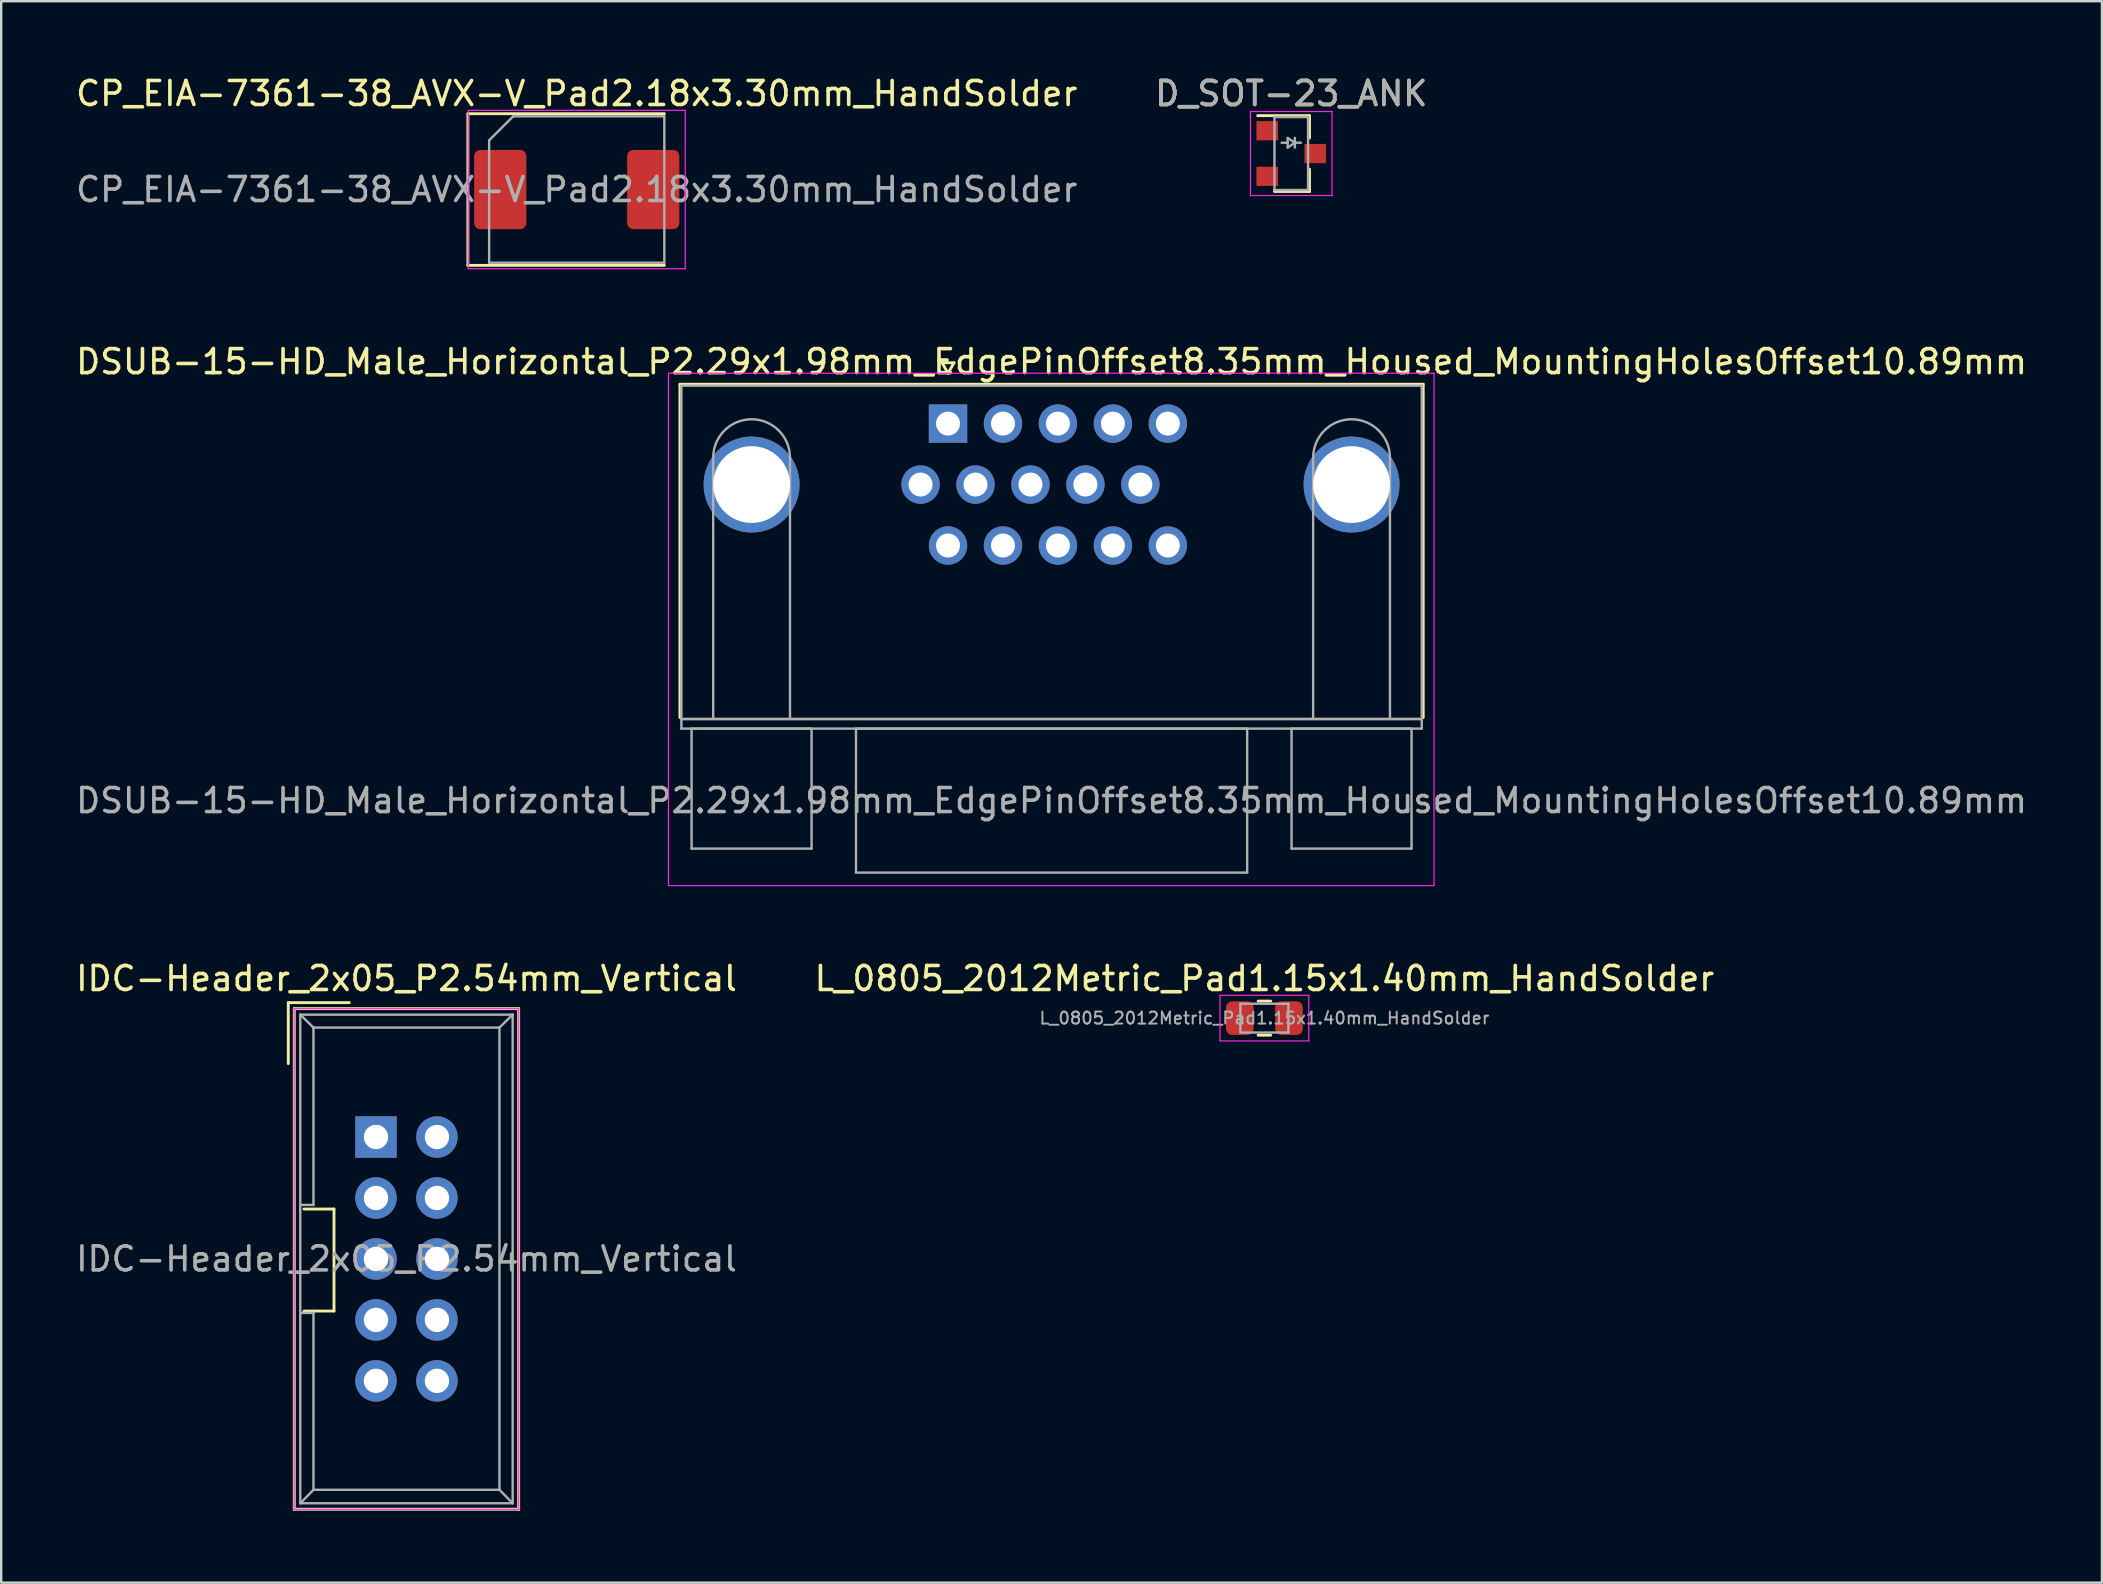
<source format=kicad_pcb>
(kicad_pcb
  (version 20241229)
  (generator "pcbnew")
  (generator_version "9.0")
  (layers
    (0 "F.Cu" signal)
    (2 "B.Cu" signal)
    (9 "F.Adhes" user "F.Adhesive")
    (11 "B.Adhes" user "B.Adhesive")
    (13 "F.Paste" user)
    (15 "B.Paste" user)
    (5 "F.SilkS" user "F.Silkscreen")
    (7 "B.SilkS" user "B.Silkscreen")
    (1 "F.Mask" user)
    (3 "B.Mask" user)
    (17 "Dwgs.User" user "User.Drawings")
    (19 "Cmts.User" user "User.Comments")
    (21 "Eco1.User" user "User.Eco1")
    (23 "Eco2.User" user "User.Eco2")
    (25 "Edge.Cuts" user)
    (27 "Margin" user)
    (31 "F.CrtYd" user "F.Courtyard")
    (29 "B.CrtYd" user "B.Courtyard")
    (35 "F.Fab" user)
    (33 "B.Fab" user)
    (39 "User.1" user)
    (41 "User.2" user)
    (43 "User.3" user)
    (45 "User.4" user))
  (footprint "L_0805_2012Metric_Pad1.15x1.40mm_HandSolder"
    (layer "F.Cu")
    (at 49.637 39.375)
    (property "Reference" "L_0805_2012Metric_Pad1.15x1.40mm_HandSolder" (at 0 -1.65 0) (layer "F.SilkS") (effects (font (size 1 1) (thickness 0.15))))
    (attr smd)
    (fp_line (start -0.261 -0.71) (end 0.261 -0.71) (stroke (width 0.12) (type solid)) (layer "F.SilkS"))
    (fp_line (start -0.261 0.71) (end 0.261 0.71) (stroke (width 0.12) (type solid)) (layer "F.SilkS"))
    (fp_line (start -1.85 -0.95) (end 1.85 -0.95) (stroke (width 0.05) (type solid)) (layer "F.CrtYd"))
    (fp_line (start -1.85 0.95) (end -1.85 -0.95) (stroke (width 0.05) (type solid)) (layer "F.CrtYd"))
    (fp_line (start 1.85 -0.95) (end 1.85 0.95) (stroke (width 0.05) (type solid)) (layer "F.CrtYd"))
    (fp_line (start 1.85 0.95) (end -1.85 0.95) (stroke (width 0.05) (type solid)) (layer "F.CrtYd"))
    (fp_line (start -1 -0.6) (end 1 -0.6) (stroke (width 0.1) (type solid)) (layer "F.Fab"))
    (fp_line (start -1 0.6) (end -1 -0.6) (stroke (width 0.1) (type solid)) (layer "F.Fab"))
    (fp_line (start 1 -0.6) (end 1 0.6) (stroke (width 0.1) (type solid)) (layer "F.Fab"))
    (fp_line (start 1 0.6) (end -1 0.6) (stroke (width 0.1) (type solid)) (layer "F.Fab"))
    (fp_text user "${REFERENCE}" (at 0 0 0) (layer "F.Fab") (effects (font (size 0.5 0.5) (thickness 0.08))))
    (pad "1" smd roundrect (at -1.025 0) (size 1.15 1.4) (layers "F.Cu" "F.Mask" "F.Paste") (roundrect_rratio 0.217))
    (pad "2" smd roundrect (at 1.025 0) (size 1.15 1.4) (layers "F.Cu" "F.Mask" "F.Paste") (roundrect_rratio 0.217)))
  (footprint "IDC-Header_2x05_P2.54mm_Vertical"
    (layer "F.Cu")
    (at 12.617 44.329)
    (property "Reference" "IDC-Header_2x05_P2.54mm_Vertical" (at 1.27 -6.604 0) (layer "F.SilkS") (effects (font (size 1 1) (thickness 0.15))))
    (attr through_hole)
    (fp_line (start -3.655 -5.6) (end -3.655 -3.06) (stroke (width 0.12) (type solid)) (layer "F.SilkS"))
    (fp_line (start -3.655 -5.6) (end -1.115 -5.6) (stroke (width 0.12) (type solid)) (layer "F.SilkS"))
    (fp_line (start -3.405 -5.35) (end 5.945 -5.35) (stroke (width 0.12) (type solid)) (layer "F.SilkS"))
    (fp_line (start -3.405 15.51) (end -3.405 -5.35) (stroke (width 0.12) (type solid)) (layer "F.SilkS"))
    (fp_line (start -3 3) (end -1.75 3) (stroke (width 0.12) (type solid)) (layer "F.SilkS"))
    (fp_line (start -1.75 3) (end -1.75 7.25) (stroke (width 0.12) (type solid)) (layer "F.SilkS"))
    (fp_line (start -1.75 7.25) (end -3 7.25) (stroke (width 0.12) (type solid)) (layer "F.SilkS"))
    (fp_line (start 5.945 -5.35) (end 5.945 15.51) (stroke (width 0.12) (type solid)) (layer "F.SilkS"))
    (fp_line (start 5.945 15.51) (end -3.405 15.51) (stroke (width 0.12) (type solid)) (layer "F.SilkS"))
    (fp_line (start -3.41 -5.35) (end 5.95 -5.35) (stroke (width 0.05) (type solid)) (layer "F.CrtYd"))
    (fp_line (start -3.41 15.51) (end -3.41 -5.35) (stroke (width 0.05) (type solid)) (layer "F.CrtYd"))
    (fp_line (start 5.95 -5.35) (end 5.95 15.51) (stroke (width 0.05) (type solid)) (layer "F.CrtYd"))
    (fp_line (start 5.95 15.51) (end -3.41 15.51) (stroke (width 0.05) (type solid)) (layer "F.CrtYd"))
    (fp_line (start -3.155 -5.1) (end -3.155 15.26) (stroke (width 0.1) (type solid)) (layer "F.Fab"))
    (fp_line (start -3.155 -5.1) (end -2.605 -4.56) (stroke (width 0.1) (type solid)) (layer "F.Fab"))
    (fp_line (start -3.155 15.26) (end -2.605 14.7) (stroke (width 0.1) (type solid)) (layer "F.Fab"))
    (fp_line (start -2.605 -4.56) (end -2.605 2.83) (stroke (width 0.1) (type solid)) (layer "F.Fab"))
    (fp_line (start -2.605 2.83) (end -3.155 2.83) (stroke (width 0.1) (type solid)) (layer "F.Fab"))
    (fp_line (start -2.605 7.33) (end -3.155 7.33) (stroke (width 0.1) (type solid)) (layer "F.Fab"))
    (fp_line (start -2.605 7.33) (end -2.605 14.7) (stroke (width 0.1) (type solid)) (layer "F.Fab"))
    (fp_line (start 5.145 -4.56) (end -2.605 -4.56) (stroke (width 0.1) (type solid)) (layer "F.Fab"))
    (fp_line (start 5.145 -4.56) (end 5.145 14.7) (stroke (width 0.1) (type solid)) (layer "F.Fab"))
    (fp_line (start 5.145 14.7) (end -2.605 14.7) (stroke (width 0.1) (type solid)) (layer "F.Fab"))
    (fp_line (start 5.695 -5.1) (end -3.155 -5.1) (stroke (width 0.1) (type solid)) (layer "F.Fab"))
    (fp_line (start 5.695 -5.1) (end 5.145 -4.56) (stroke (width 0.1) (type solid)) (layer "F.Fab"))
    (fp_line (start 5.695 -5.1) (end 5.695 15.26) (stroke (width 0.1) (type solid)) (layer "F.Fab"))
    (fp_line (start 5.695 15.26) (end -3.155 15.26) (stroke (width 0.1) (type solid)) (layer "F.Fab"))
    (fp_line (start 5.695 15.26) (end 5.145 14.7) (stroke (width 0.1) (type solid)) (layer "F.Fab"))
    (fp_text user "${REFERENCE}" (at 1.27 5.08 0) (layer "F.Fab") (effects (font (size 1 1) (thickness 0.15))))
    (pad "1" thru_hole rect (at 0 0) (size 1.727 1.727) (drill 1.016) (layers "*.Cu" "*.Mask"))
    (pad "2" thru_hole oval (at 2.54 0) (size 1.727 1.727) (drill 1.016) (layers "*.Cu" "*.Mask"))
    (pad "3" thru_hole oval (at 0 2.54) (size 1.727 1.727) (drill 1.016) (layers "*.Cu" "*.Mask"))
    (pad "4" thru_hole oval (at 2.54 2.54) (size 1.727 1.727) (drill 1.016) (layers "*.Cu" "*.Mask"))
    (pad "5" thru_hole oval (at 0 5.08) (size 1.727 1.727) (drill 1.016) (layers "*.Cu" "*.Mask"))
    (pad "6" thru_hole oval (at 2.54 5.08) (size 1.727 1.727) (drill 1.016) (layers "*.Cu" "*.Mask"))
    (pad "7" thru_hole oval (at 0 7.62) (size 1.727 1.727) (drill 1.016) (layers "*.Cu" "*.Mask"))
    (pad "8" thru_hole oval (at 2.54 7.62) (size 1.727 1.727) (drill 1.016) (layers "*.Cu" "*.Mask"))
    (pad "9" thru_hole oval (at 0 10.16) (size 1.727 1.727) (drill 1.016) (layers "*.Cu" "*.Mask"))
    (pad "10" thru_hole oval (at 2.54 10.16) (size 1.727 1.727) (drill 1.016) (layers "*.Cu" "*.Mask")))
  (footprint "DSUB-15-HD_Male_Horizontal_P2.29x1.98mm_EdgePinOffset8.35mm_Housed_MountingHolesOffset10.89mm"
    (layer "F.Cu")
    (at 36.453 14.601)
    (property "Reference" "DSUB-15-HD_Male_Horizontal_P2.29x1.98mm_EdgePinOffset8.35mm_Housed_MountingHolesOffset10.89mm" (at 4.315 -2.58 0) (layer "F.SilkS") (effects (font (size 1 1) (thickness 0.15))))
    (attr through_hole)
    (fp_line (start -11.17 -1.64) (end 19.8 -1.64) (stroke (width 0.12) (type solid)) (layer "F.SilkS"))
    (fp_line (start -11.17 12.25) (end -11.17 -1.64) (stroke (width 0.12) (type solid)) (layer "F.SilkS"))
    (fp_line (start -0.25 -2.534) (end 0.25 -2.534) (stroke (width 0.12) (type solid)) (layer "F.SilkS"))
    (fp_line (start 0 -2.101) (end -0.25 -2.534) (stroke (width 0.12) (type solid)) (layer "F.SilkS"))
    (fp_line (start 0.25 -2.534) (end 0 -2.101) (stroke (width 0.12) (type solid)) (layer "F.SilkS"))
    (fp_line (start 19.8 -1.64) (end 19.8 12.25) (stroke (width 0.12) (type solid)) (layer "F.SilkS"))
    (fp_line (start -11.65 -2.1) (end -11.65 19.25) (stroke (width 0.05) (type solid)) (layer "F.CrtYd"))
    (fp_line (start -11.65 19.25) (end 20.25 19.25) (stroke (width 0.05) (type solid)) (layer "F.CrtYd"))
    (fp_line (start 20.25 -2.1) (end -11.65 -2.1) (stroke (width 0.05) (type solid)) (layer "F.CrtYd"))
    (fp_line (start 20.25 19.25) (end 20.25 -2.1) (stroke (width 0.05) (type solid)) (layer "F.CrtYd"))
    (fp_line (start -11.11 -1.58) (end -11.11 12.31) (stroke (width 0.1) (type solid)) (layer "F.Fab"))
    (fp_line (start -11.11 12.31) (end -11.11 12.71) (stroke (width 0.1) (type solid)) (layer "F.Fab"))
    (fp_line (start -11.11 12.31) (end 19.74 12.31) (stroke (width 0.1) (type solid)) (layer "F.Fab"))
    (fp_line (start -11.11 12.71) (end 19.74 12.71) (stroke (width 0.1) (type solid)) (layer "F.Fab"))
    (fp_line (start -10.685 12.71) (end -10.685 17.71) (stroke (width 0.1) (type solid)) (layer "F.Fab"))
    (fp_line (start -10.685 17.71) (end -5.685 17.71) (stroke (width 0.1) (type solid)) (layer "F.Fab"))
    (fp_line (start -9.785 12.31) (end -9.785 1.42) (stroke (width 0.1) (type solid)) (layer "F.Fab"))
    (fp_line (start -6.585 12.31) (end -6.585 1.42) (stroke (width 0.1) (type solid)) (layer "F.Fab"))
    (fp_line (start -5.685 12.71) (end -10.685 12.71) (stroke (width 0.1) (type solid)) (layer "F.Fab"))
    (fp_line (start -5.685 17.71) (end -5.685 12.71) (stroke (width 0.1) (type solid)) (layer "F.Fab"))
    (fp_line (start -3.835 12.71) (end -3.835 18.71) (stroke (width 0.1) (type solid)) (layer "F.Fab"))
    (fp_line (start -3.835 18.71) (end 12.465 18.71) (stroke (width 0.1) (type solid)) (layer "F.Fab"))
    (fp_line (start 12.465 12.71) (end -3.835 12.71) (stroke (width 0.1) (type solid)) (layer "F.Fab"))
    (fp_line (start 12.465 18.71) (end 12.465 12.71) (stroke (width 0.1) (type solid)) (layer "F.Fab"))
    (fp_line (start 14.315 12.71) (end 14.315 17.71) (stroke (width 0.1) (type solid)) (layer "F.Fab"))
    (fp_line (start 14.315 17.71) (end 19.315 17.71) (stroke (width 0.1) (type solid)) (layer "F.Fab"))
    (fp_line (start 15.215 12.31) (end 15.215 1.42) (stroke (width 0.1) (type solid)) (layer "F.Fab"))
    (fp_line (start 18.415 12.31) (end 18.415 1.42) (stroke (width 0.1) (type solid)) (layer "F.Fab"))
    (fp_line (start 19.315 12.71) (end 14.315 12.71) (stroke (width 0.1) (type solid)) (layer "F.Fab"))
    (fp_line (start 19.315 17.71) (end 19.315 12.71) (stroke (width 0.1) (type solid)) (layer "F.Fab"))
    (fp_line (start 19.74 -1.58) (end -11.11 -1.58) (stroke (width 0.1) (type solid)) (layer "F.Fab"))
    (fp_line (start 19.74 12.31) (end -11.11 12.31) (stroke (width 0.1) (type solid)) (layer "F.Fab"))
    (fp_line (start 19.74 12.31) (end 19.74 -1.58) (stroke (width 0.1) (type solid)) (layer "F.Fab"))
    (fp_line (start 19.74 12.71) (end 19.74 12.31) (stroke (width 0.1) (type solid)) (layer "F.Fab"))
    (fp_arc (start -9.785 1.42) (mid -8.185 -0.18) (end -6.585 1.42) (stroke (width 0.1) (type solid)) (layer "F.Fab"))
    (fp_arc (start 15.215 1.42) (mid 16.815 -0.18) (end 18.415 1.42) (stroke (width 0.1) (type solid)) (layer "F.Fab"))
    (fp_text user "${REFERENCE}" (at 4.315 15.71 0) (layer "F.Fab") (effects (font (size 1 1) (thickness 0.15))))
    (pad "0" thru_hole circle (at -8.185 2.54) (size 4 4) (drill 3.2) (layers "*.Cu" "*.Mask"))
    (pad "0" thru_hole circle (at 16.815 2.54) (size 4 4) (drill 3.2) (layers "*.Cu" "*.Mask"))
    (pad "1" thru_hole rect (at 0 0) (size 1.6 1.6) (drill 1) (layers "*.Cu" "*.Mask"))
    (pad "2" thru_hole circle (at 2.29 0) (size 1.6 1.6) (drill 1) (layers "*.Cu" "*.Mask"))
    (pad "3" thru_hole circle (at 4.58 0) (size 1.6 1.6) (drill 1) (layers "*.Cu" "*.Mask"))
    (pad "4" thru_hole circle (at 6.87 0) (size 1.6 1.6) (drill 1) (layers "*.Cu" "*.Mask"))
    (pad "5" thru_hole circle (at 9.16 0) (size 1.6 1.6) (drill 1) (layers "*.Cu" "*.Mask"))
    (pad "6" thru_hole circle (at -1.145 2.54) (size 1.6 1.6) (drill 1) (layers "*.Cu" "*.Mask"))
    (pad "7" thru_hole circle (at 1.145 2.54) (size 1.6 1.6) (drill 1) (layers "*.Cu" "*.Mask"))
    (pad "8" thru_hole circle (at 3.435 2.54) (size 1.6 1.6) (drill 1) (layers "*.Cu" "*.Mask"))
    (pad "9" thru_hole circle (at 5.725 2.54) (size 1.6 1.6) (drill 1) (layers "*.Cu" "*.Mask"))
    (pad "10" thru_hole circle (at 8.015 2.54) (size 1.6 1.6) (drill 1) (layers "*.Cu" "*.Mask"))
    (pad "11" thru_hole circle (at 0 5.08) (size 1.6 1.6) (drill 1) (layers "*.Cu" "*.Mask"))
    (pad "12" thru_hole circle (at 2.29 5.08) (size 1.6 1.6) (drill 1) (layers "*.Cu" "*.Mask"))
    (pad "13" thru_hole circle (at 4.58 5.08) (size 1.6 1.6) (drill 1) (layers "*.Cu" "*.Mask"))
    (pad "14" thru_hole circle (at 6.87 5.08) (size 1.6 1.6) (drill 1) (layers "*.Cu" "*.Mask"))
    (pad "15" thru_hole circle (at 9.16 5.08) (size 1.6 1.6) (drill 1) (layers "*.Cu" "*.Mask")))
  (footprint "CP_EIA-7361-38_AVX-V_Pad2.18x3.30mm_HandSolder"
    (layer "F.Cu")
    (at 20.982 4.848)
    (property "Reference" "CP_EIA-7361-38_AVX-V_Pad2.18x3.30mm_HandSolder" (at 0 -4 0) (layer "F.SilkS") (effects (font (size 1 1) (thickness 0.15))))
    (attr smd)
    (fp_line (start -4.535 -3.16) (end -4.535 3.16) (stroke (width 0.12) (type solid)) (layer "F.SilkS"))
    (fp_line (start -4.535 3.16) (end 3.65 3.16) (stroke (width 0.12) (type solid)) (layer "F.SilkS"))
    (fp_line (start 3.65 -3.16) (end -4.535 -3.16) (stroke (width 0.12) (type solid)) (layer "F.SilkS"))
    (fp_line (start -4.52 -3.3) (end 4.52 -3.3) (stroke (width 0.05) (type solid)) (layer "F.CrtYd"))
    (fp_line (start -4.52 3.3) (end -4.52 -3.3) (stroke (width 0.05) (type solid)) (layer "F.CrtYd"))
    (fp_line (start 4.52 -3.3) (end 4.52 3.3) (stroke (width 0.05) (type solid)) (layer "F.CrtYd"))
    (fp_line (start 4.52 3.3) (end -4.52 3.3) (stroke (width 0.05) (type solid)) (layer "F.CrtYd"))
    (fp_line (start -3.65 -2.05) (end -3.65 3.05) (stroke (width 0.1) (type solid)) (layer "F.Fab"))
    (fp_line (start -3.65 3.05) (end 3.65 3.05) (stroke (width 0.1) (type solid)) (layer "F.Fab"))
    (fp_line (start -2.65 -3.05) (end -3.65 -2.05) (stroke (width 0.1) (type solid)) (layer "F.Fab"))
    (fp_line (start 3.65 -3.05) (end -2.65 -3.05) (stroke (width 0.1) (type solid)) (layer "F.Fab"))
    (fp_line (start 3.65 3.05) (end 3.65 -3.05) (stroke (width 0.1) (type solid)) (layer "F.Fab"))
    (fp_text user "${REFERENCE}" (at 0 0 0) (layer "F.Fab") (effects (font (size 1 1) (thickness 0.15))))
    (pad "1" smd roundrect (at -3.188 0) (size 2.175 3.3) (layers "F.Cu" "F.Mask" "F.Paste") (roundrect_rratio 0.115))
    (pad "2" smd roundrect (at 3.188 0) (size 2.175 3.3) (layers "F.Cu" "F.Mask" "F.Paste") (roundrect_rratio 0.115)))
  (footprint "D_SOT-23_ANK"
    (layer "F.Cu")
    (at 50.756 3.348)
    (property "Reference" "D_SOT-23_ANK" (at 0 -2.5 0) (layer "F.SilkS") (effects (font (size 1 1) (thickness 0.15))))
    (attr smd)
    (fp_line (start 0.76 -1.58) (end -1.4 -1.58) (stroke (width 0.12) (type solid)) (layer "F.SilkS"))
    (fp_line (start 0.76 -1.58) (end 0.76 -0.65) (stroke (width 0.12) (type solid)) (layer "F.SilkS"))
    (fp_line (start 0.76 1.58) (end -0.7 1.58) (stroke (width 0.12) (type solid)) (layer "F.SilkS"))
    (fp_line (start 0.76 1.58) (end 0.76 0.65) (stroke (width 0.12) (type solid)) (layer "F.SilkS"))
    (fp_line (start -1.7 -1.75) (end 1.7 -1.75) (stroke (width 0.05) (type solid)) (layer "F.CrtYd"))
    (fp_line (start -1.7 1.75) (end -1.7 -1.75) (stroke (width 0.05) (type solid)) (layer "F.CrtYd"))
    (fp_line (start 1.7 -1.75) (end 1.7 1.75) (stroke (width 0.05) (type solid)) (layer "F.CrtYd"))
    (fp_line (start 1.7 1.75) (end -1.7 1.75) (stroke (width 0.05) (type solid)) (layer "F.CrtYd"))
    (fp_line (start -0.7 -1.52) (end -0.7 1.52) (stroke (width 0.1) (type solid)) (layer "F.Fab"))
    (fp_line (start -0.7 -1.52) (end 0.7 -1.52) (stroke (width 0.1) (type solid)) (layer "F.Fab"))
    (fp_line (start -0.7 1.52) (end 0.7 1.52) (stroke (width 0.1) (type solid)) (layer "F.Fab"))
    (fp_line (start -0.15 -0.65) (end -0.15 -0.25) (stroke (width 0.1) (type solid)) (layer "F.Fab"))
    (fp_line (start -0.15 -0.45) (end -0.4 -0.45) (stroke (width 0.1) (type solid)) (layer "F.Fab"))
    (fp_line (start -0.15 -0.25) (end 0.15 -0.45) (stroke (width 0.1) (type solid)) (layer "F.Fab"))
    (fp_line (start 0.15 -0.65) (end 0.15 -0.25) (stroke (width 0.1) (type solid)) (layer "F.Fab"))
    (fp_line (start 0.15 -0.45) (end -0.15 -0.65) (stroke (width 0.1) (type solid)) (layer "F.Fab"))
    (fp_line (start 0.15 -0.45) (end 0.4 -0.45) (stroke (width 0.1) (type solid)) (layer "F.Fab"))
    (fp_line (start 0.7 -1.52) (end 0.7 1.52) (stroke (width 0.1) (type solid)) (layer "F.Fab"))
    (fp_text user "${REFERENCE}" (at 0 -2.5 0) (layer "F.Fab") (effects (font (size 1 1) (thickness 0.15))))
    (pad "" smd rect (at -1 0.95) (size 0.9 0.8) (layers "F.Cu" "F.Mask" "F.Paste"))
    (pad "1" smd rect (at 1 0) (size 0.9 0.8) (layers "F.Cu" "F.Mask" "F.Paste"))
    (pad "2" smd rect (at -1 -0.95) (size 0.9 0.8) (layers "F.Cu" "F.Mask" "F.Paste")))
  (gr_rect
    (start -3 -3)
    (end 84.536 62.899)
    (stroke (width 0.1) (type default))
    (fill no)
    (layer "Edge.Cuts")))
</source>
